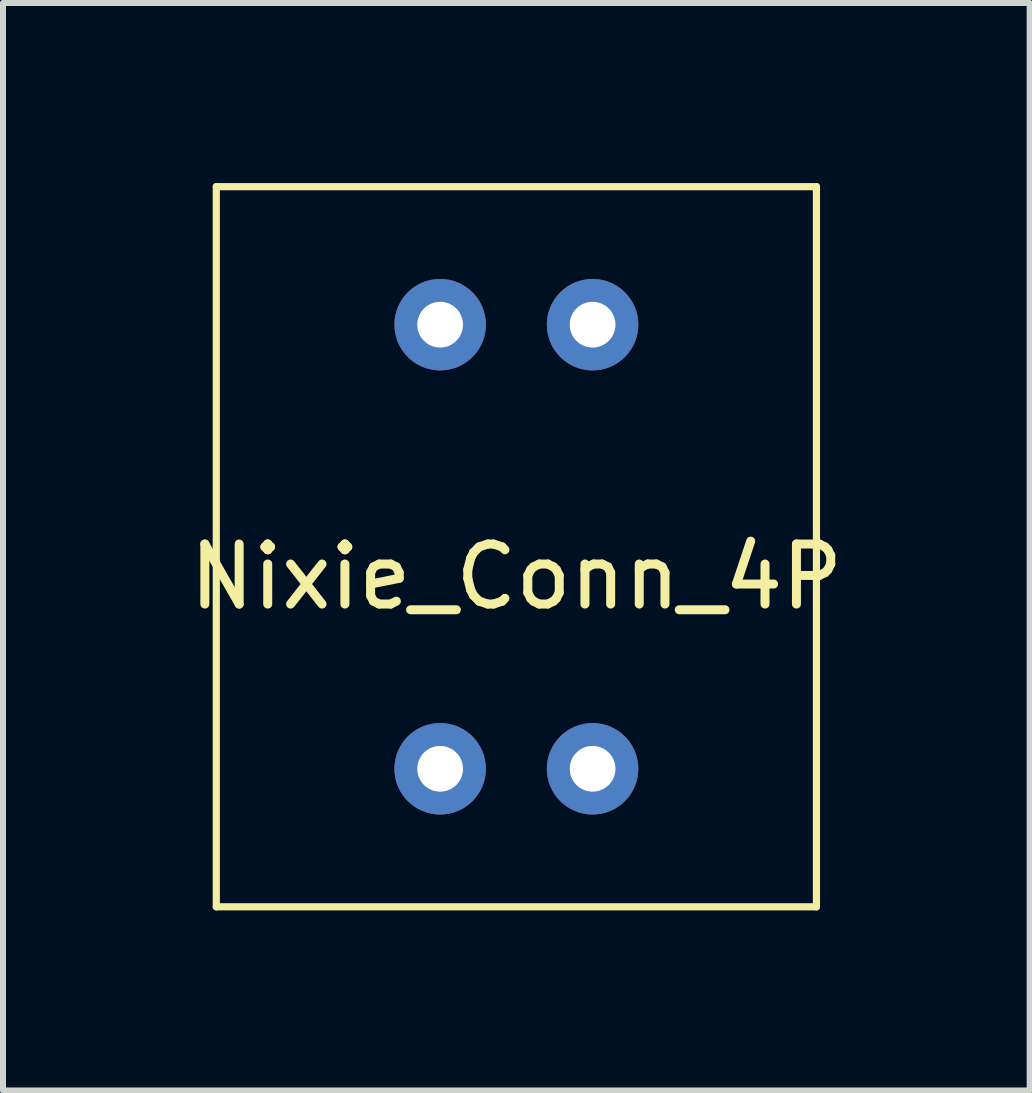
<source format=kicad_pcb>
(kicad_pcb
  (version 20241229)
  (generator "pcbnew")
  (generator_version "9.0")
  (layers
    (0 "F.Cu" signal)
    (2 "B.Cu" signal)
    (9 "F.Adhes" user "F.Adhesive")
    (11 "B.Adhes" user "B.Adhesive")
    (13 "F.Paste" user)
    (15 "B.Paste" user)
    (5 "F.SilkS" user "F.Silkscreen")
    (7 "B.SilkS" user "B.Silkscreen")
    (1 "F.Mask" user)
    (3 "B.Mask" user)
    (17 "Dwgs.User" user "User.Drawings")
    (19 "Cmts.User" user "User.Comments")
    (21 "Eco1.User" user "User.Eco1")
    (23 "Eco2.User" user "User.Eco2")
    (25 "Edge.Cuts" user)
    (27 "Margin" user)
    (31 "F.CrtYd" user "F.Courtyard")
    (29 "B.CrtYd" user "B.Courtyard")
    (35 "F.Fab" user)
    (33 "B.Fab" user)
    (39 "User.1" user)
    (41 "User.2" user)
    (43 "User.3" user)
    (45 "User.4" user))
  (footprint "Nixie_Conn_4P"
    (layer "F.Cu")
    (at 5.554 6.06)
    (property "Reference" "Nixie_Conn_4P" (at 0 0.5 0) (layer "F.SilkS") (effects (font (size 1 1) (thickness 0.15))))
    (attr through_hole)
    (fp_line (start -5 6) (end -5 -6) (stroke (width 0.12) (type solid)) (layer "F.SilkS"))
    (fp_line (start -5 6) (end 5 6) (stroke (width 0.12) (type solid)) (layer "F.SilkS"))
    (fp_line (start 5 -6) (end -5 -6) (stroke (width 0.12) (type solid)) (layer "F.SilkS"))
    (fp_line (start 5 6) (end 5 -6) (stroke (width 0.12) (type solid)) (layer "F.SilkS"))
    (pad "A" thru_hole circle (at 1.27 -3.7) (size 1.524 1.524) (drill 0.762) (layers "*.Cu" "*.Mask"))
    (pad "A" thru_hole circle (at 1.27 3.7) (size 1.524 1.524) (drill 0.762) (layers "*.Cu" "*.Mask"))
    (pad "GND" thru_hole circle (at -1.27 -3.7) (size 1.524 1.524) (drill 0.762) (layers "*.Cu" "*.Mask"))
    (pad "GND" thru_hole circle (at -1.27 3.7) (size 1.524 1.524) (drill 0.762) (layers "*.Cu" "*.Mask")))
  (gr_rect
    (start -3 -3)
    (end 14.107 15.12)
    (stroke (width 0.1) (type default))
    (fill no)
    (layer "Edge.Cuts")))
</source>
